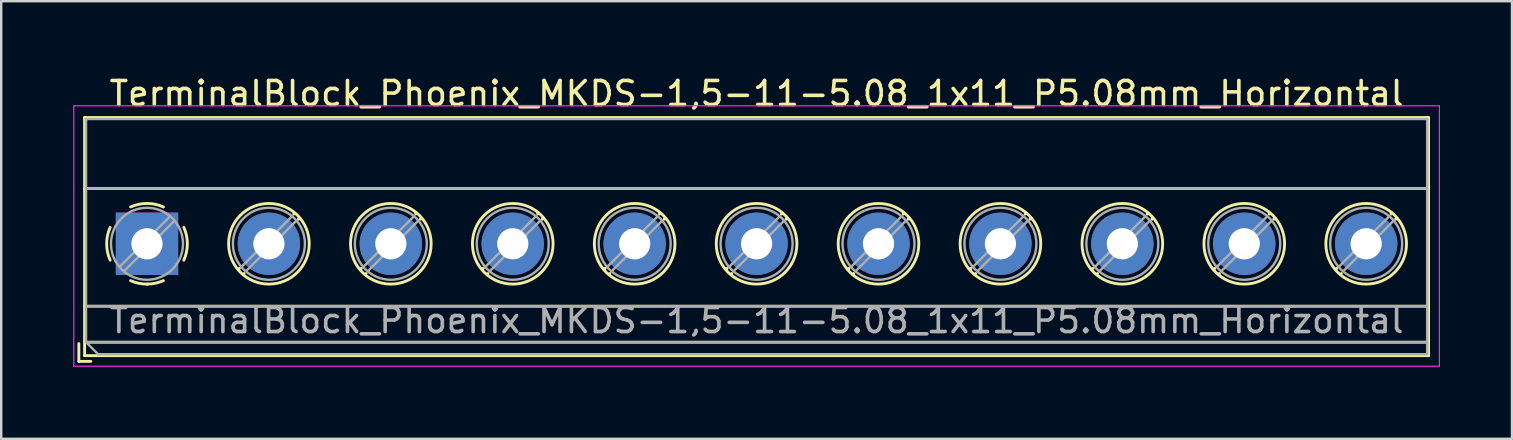
<source format=kicad_pcb>
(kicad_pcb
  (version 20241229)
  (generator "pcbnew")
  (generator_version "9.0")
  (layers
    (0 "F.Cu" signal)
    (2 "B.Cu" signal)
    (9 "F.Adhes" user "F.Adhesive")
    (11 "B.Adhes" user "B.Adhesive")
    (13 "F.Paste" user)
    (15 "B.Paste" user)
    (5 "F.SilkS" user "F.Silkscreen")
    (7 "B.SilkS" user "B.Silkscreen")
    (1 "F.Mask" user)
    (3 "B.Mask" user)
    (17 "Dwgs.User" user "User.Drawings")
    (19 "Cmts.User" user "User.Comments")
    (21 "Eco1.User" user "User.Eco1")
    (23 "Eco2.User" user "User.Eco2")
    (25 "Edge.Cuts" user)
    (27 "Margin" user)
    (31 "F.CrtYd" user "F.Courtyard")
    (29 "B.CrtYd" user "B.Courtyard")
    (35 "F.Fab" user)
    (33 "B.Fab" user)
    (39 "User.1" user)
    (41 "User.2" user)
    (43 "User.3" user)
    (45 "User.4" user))
  (footprint "TerminalBlock_Phoenix_MKDS-1,5-11-5.08_1x11_P5.08mm_Horizontal"
    (layer "F.Cu")
    (at 3.075 7.108)
    (property "Reference" "TerminalBlock_Phoenix_MKDS-1,5-11-5.08_1x11_P5.08mm_Horizontal" (at 25.4 -6.26 0) (layer "F.SilkS") (effects (font (size 1 1) (thickness 0.15))))
    (attr through_hole)
    (fp_line (start -2.84 4.16) (end -2.84 4.9) (stroke (width 0.12) (type solid)) (layer "F.SilkS"))
    (fp_line (start -2.84 4.9) (end -2.34 4.9) (stroke (width 0.12) (type solid)) (layer "F.SilkS"))
    (fp_line (start -2.6 -5.261) (end -2.6 4.66) (stroke (width 0.12) (type solid)) (layer "F.SilkS"))
    (fp_line (start -2.6 -5.261) (end 53.4 -5.261) (stroke (width 0.12) (type solid)) (layer "F.SilkS"))
    (fp_line (start -2.6 -2.301) (end 53.4 -2.301) (stroke (width 0.12) (type solid)) (layer "F.SilkS"))
    (fp_line (start -2.6 2.6) (end 53.4 2.6) (stroke (width 0.12) (type solid)) (layer "F.SilkS"))
    (fp_line (start -2.6 4.1) (end 53.4 4.1) (stroke (width 0.12) (type solid)) (layer "F.SilkS"))
    (fp_line (start -2.6 4.66) (end 53.4 4.66) (stroke (width 0.12) (type solid)) (layer "F.SilkS"))
    (fp_line (start 3.853 1.023) (end 3.806 1.069) (stroke (width 0.12) (type solid)) (layer "F.SilkS"))
    (fp_line (start 4.046 1.239) (end 4.011 1.274) (stroke (width 0.12) (type solid)) (layer "F.SilkS"))
    (fp_line (start 6.15 -1.275) (end 6.115 -1.239) (stroke (width 0.12) (type solid)) (layer "F.SilkS"))
    (fp_line (start 6.355 -1.069) (end 6.308 -1.023) (stroke (width 0.12) (type solid)) (layer "F.SilkS"))
    (fp_line (start 8.933 1.023) (end 8.886 1.069) (stroke (width 0.12) (type solid)) (layer "F.SilkS"))
    (fp_line (start 9.126 1.239) (end 9.091 1.274) (stroke (width 0.12) (type solid)) (layer "F.SilkS"))
    (fp_line (start 11.23 -1.275) (end 11.195 -1.239) (stroke (width 0.12) (type solid)) (layer "F.SilkS"))
    (fp_line (start 11.435 -1.069) (end 11.388 -1.023) (stroke (width 0.12) (type solid)) (layer "F.SilkS"))
    (fp_line (start 14.013 1.023) (end 13.966 1.069) (stroke (width 0.12) (type solid)) (layer "F.SilkS"))
    (fp_line (start 14.206 1.239) (end 14.171 1.274) (stroke (width 0.12) (type solid)) (layer "F.SilkS"))
    (fp_line (start 16.31 -1.275) (end 16.275 -1.239) (stroke (width 0.12) (type solid)) (layer "F.SilkS"))
    (fp_line (start 16.515 -1.069) (end 16.468 -1.023) (stroke (width 0.12) (type solid)) (layer "F.SilkS"))
    (fp_line (start 19.093 1.023) (end 19.046 1.069) (stroke (width 0.12) (type solid)) (layer "F.SilkS"))
    (fp_line (start 19.286 1.239) (end 19.251 1.274) (stroke (width 0.12) (type solid)) (layer "F.SilkS"))
    (fp_line (start 21.39 -1.275) (end 21.355 -1.239) (stroke (width 0.12) (type solid)) (layer "F.SilkS"))
    (fp_line (start 21.595 -1.069) (end 21.548 -1.023) (stroke (width 0.12) (type solid)) (layer "F.SilkS"))
    (fp_line (start 24.173 1.023) (end 24.126 1.069) (stroke (width 0.12) (type solid)) (layer "F.SilkS"))
    (fp_line (start 24.366 1.239) (end 24.331 1.274) (stroke (width 0.12) (type solid)) (layer "F.SilkS"))
    (fp_line (start 26.47 -1.275) (end 26.435 -1.239) (stroke (width 0.12) (type solid)) (layer "F.SilkS"))
    (fp_line (start 26.675 -1.069) (end 26.628 -1.023) (stroke (width 0.12) (type solid)) (layer "F.SilkS"))
    (fp_line (start 29.253 1.023) (end 29.206 1.069) (stroke (width 0.12) (type solid)) (layer "F.SilkS"))
    (fp_line (start 29.446 1.239) (end 29.411 1.274) (stroke (width 0.12) (type solid)) (layer "F.SilkS"))
    (fp_line (start 31.55 -1.275) (end 31.515 -1.239) (stroke (width 0.12) (type solid)) (layer "F.SilkS"))
    (fp_line (start 31.755 -1.069) (end 31.708 -1.023) (stroke (width 0.12) (type solid)) (layer "F.SilkS"))
    (fp_line (start 34.333 1.023) (end 34.286 1.069) (stroke (width 0.12) (type solid)) (layer "F.SilkS"))
    (fp_line (start 34.526 1.239) (end 34.491 1.274) (stroke (width 0.12) (type solid)) (layer "F.SilkS"))
    (fp_line (start 36.63 -1.275) (end 36.595 -1.239) (stroke (width 0.12) (type solid)) (layer "F.SilkS"))
    (fp_line (start 36.835 -1.069) (end 36.788 -1.023) (stroke (width 0.12) (type solid)) (layer "F.SilkS"))
    (fp_line (start 39.413 1.023) (end 39.366 1.069) (stroke (width 0.12) (type solid)) (layer "F.SilkS"))
    (fp_line (start 39.606 1.239) (end 39.571 1.274) (stroke (width 0.12) (type solid)) (layer "F.SilkS"))
    (fp_line (start 41.71 -1.275) (end 41.675 -1.239) (stroke (width 0.12) (type solid)) (layer "F.SilkS"))
    (fp_line (start 41.915 -1.069) (end 41.868 -1.023) (stroke (width 0.12) (type solid)) (layer "F.SilkS"))
    (fp_line (start 44.493 1.023) (end 44.446 1.069) (stroke (width 0.12) (type solid)) (layer "F.SilkS"))
    (fp_line (start 44.686 1.239) (end 44.651 1.274) (stroke (width 0.12) (type solid)) (layer "F.SilkS"))
    (fp_line (start 46.79 -1.275) (end 46.755 -1.239) (stroke (width 0.12) (type solid)) (layer "F.SilkS"))
    (fp_line (start 46.995 -1.069) (end 46.948 -1.023) (stroke (width 0.12) (type solid)) (layer "F.SilkS"))
    (fp_line (start 49.573 1.023) (end 49.526 1.069) (stroke (width 0.12) (type solid)) (layer "F.SilkS"))
    (fp_line (start 49.766 1.239) (end 49.731 1.274) (stroke (width 0.12) (type solid)) (layer "F.SilkS"))
    (fp_line (start 51.87 -1.275) (end 51.835 -1.239) (stroke (width 0.12) (type solid)) (layer "F.SilkS"))
    (fp_line (start 52.075 -1.069) (end 52.028 -1.023) (stroke (width 0.12) (type solid)) (layer "F.SilkS"))
    (fp_line (start 53.4 -5.261) (end 53.4 4.66) (stroke (width 0.12) (type solid)) (layer "F.SilkS"))
    (fp_arc (start -1.535427 0.683042) (mid -1.680501 -0.000524) (end -1.535 -0.684) (stroke (width 0.12) (type solid)) (layer "F.SilkS"))
    (fp_arc (start -0.683042 -1.535427) (mid 0.000524 -1.680501) (end 0.684 -1.535) (stroke (width 0.12) (type solid)) (layer "F.SilkS"))
    (fp_arc (start 0.028805 1.680253) (mid -0.335551 1.646659) (end -0.684 1.535) (stroke (width 0.12) (type solid)) (layer "F.SilkS"))
    (fp_arc (start 0.683318 1.534756) (mid 0.349292 1.643288) (end 0 1.68) (stroke (width 0.12) (type solid)) (layer "F.SilkS"))
    (fp_arc (start 1.535427 -0.683042) (mid 1.680501 0.000524) (end 1.535 0.684) (stroke (width 0.12) (type solid)) (layer "F.SilkS"))
    (fp_circle (center 5.08 0) (end 6.76 0) (stroke (width 0.12) (type solid)) (fill no) (layer "F.SilkS"))
    (fp_circle (center 10.16 0) (end 11.84 0) (stroke (width 0.12) (type solid)) (fill no) (layer "F.SilkS"))
    (fp_circle (center 15.24 0) (end 16.92 0) (stroke (width 0.12) (type solid)) (fill no) (layer "F.SilkS"))
    (fp_circle (center 20.32 0) (end 22 0) (stroke (width 0.12) (type solid)) (fill no) (layer "F.SilkS"))
    (fp_circle (center 25.4 0) (end 27.08 0) (stroke (width 0.12) (type solid)) (fill no) (layer "F.SilkS"))
    (fp_circle (center 30.48 0) (end 32.16 0) (stroke (width 0.12) (type solid)) (fill no) (layer "F.SilkS"))
    (fp_circle (center 35.56 0) (end 37.24 0) (stroke (width 0.12) (type solid)) (fill no) (layer "F.SilkS"))
    (fp_circle (center 40.64 0) (end 42.32 0) (stroke (width 0.12) (type solid)) (fill no) (layer "F.SilkS"))
    (fp_circle (center 45.72 0) (end 47.4 0) (stroke (width 0.12) (type solid)) (fill no) (layer "F.SilkS"))
    (fp_circle (center 50.8 0) (end 52.48 0) (stroke (width 0.12) (type solid)) (fill no) (layer "F.SilkS"))
    (fp_line (start -3.05 -5.75) (end -3.05 5.1) (stroke (width 0.05) (type solid)) (layer "F.CrtYd"))
    (fp_line (start -3.05 5.1) (end 53.85 5.1) (stroke (width 0.05) (type solid)) (layer "F.CrtYd"))
    (fp_line (start 53.85 -5.75) (end -3.05 -5.75) (stroke (width 0.05) (type solid)) (layer "F.CrtYd"))
    (fp_line (start 53.85 5.1) (end 53.85 -5.75) (stroke (width 0.05) (type solid)) (layer "F.CrtYd"))
    (fp_line (start -2.54 -5.2) (end 53.34 -5.2) (stroke (width 0.1) (type solid)) (layer "F.Fab"))
    (fp_line (start -2.54 -2.3) (end 53.34 -2.3) (stroke (width 0.1) (type solid)) (layer "F.Fab"))
    (fp_line (start -2.54 2.6) (end 53.34 2.6) (stroke (width 0.1) (type solid)) (layer "F.Fab"))
    (fp_line (start -2.54 4.1) (end -2.54 -5.2) (stroke (width 0.1) (type solid)) (layer "F.Fab"))
    (fp_line (start -2.54 4.1) (end 53.34 4.1) (stroke (width 0.1) (type solid)) (layer "F.Fab"))
    (fp_line (start -2.04 4.6) (end -2.54 4.1) (stroke (width 0.1) (type solid)) (layer "F.Fab"))
    (fp_line (start 0.955 -1.138) (end -1.138 0.955) (stroke (width 0.1) (type solid)) (layer "F.Fab"))
    (fp_line (start 1.138 -0.955) (end -0.955 1.138) (stroke (width 0.1) (type solid)) (layer "F.Fab"))
    (fp_line (start 6.035 -1.138) (end 3.943 0.955) (stroke (width 0.1) (type solid)) (layer "F.Fab"))
    (fp_line (start 6.218 -0.955) (end 4.126 1.138) (stroke (width 0.1) (type solid)) (layer "F.Fab"))
    (fp_line (start 11.115 -1.138) (end 9.023 0.955) (stroke (width 0.1) (type solid)) (layer "F.Fab"))
    (fp_line (start 11.298 -0.955) (end 9.206 1.138) (stroke (width 0.1) (type solid)) (layer "F.Fab"))
    (fp_line (start 16.195 -1.138) (end 14.103 0.955) (stroke (width 0.1) (type solid)) (layer "F.Fab"))
    (fp_line (start 16.378 -0.955) (end 14.286 1.138) (stroke (width 0.1) (type solid)) (layer "F.Fab"))
    (fp_line (start 21.275 -1.138) (end 19.183 0.955) (stroke (width 0.1) (type solid)) (layer "F.Fab"))
    (fp_line (start 21.458 -0.955) (end 19.366 1.138) (stroke (width 0.1) (type solid)) (layer "F.Fab"))
    (fp_line (start 26.355 -1.138) (end 24.263 0.955) (stroke (width 0.1) (type solid)) (layer "F.Fab"))
    (fp_line (start 26.538 -0.955) (end 24.446 1.138) (stroke (width 0.1) (type solid)) (layer "F.Fab"))
    (fp_line (start 31.435 -1.138) (end 29.343 0.955) (stroke (width 0.1) (type solid)) (layer "F.Fab"))
    (fp_line (start 31.618 -0.955) (end 29.526 1.138) (stroke (width 0.1) (type solid)) (layer "F.Fab"))
    (fp_line (start 36.515 -1.138) (end 34.423 0.955) (stroke (width 0.1) (type solid)) (layer "F.Fab"))
    (fp_line (start 36.698 -0.955) (end 34.606 1.138) (stroke (width 0.1) (type solid)) (layer "F.Fab"))
    (fp_line (start 41.595 -1.138) (end 39.503 0.955) (stroke (width 0.1) (type solid)) (layer "F.Fab"))
    (fp_line (start 41.778 -0.955) (end 39.686 1.138) (stroke (width 0.1) (type solid)) (layer "F.Fab"))
    (fp_line (start 46.675 -1.138) (end 44.583 0.955) (stroke (width 0.1) (type solid)) (layer "F.Fab"))
    (fp_line (start 46.858 -0.955) (end 44.766 1.138) (stroke (width 0.1) (type solid)) (layer "F.Fab"))
    (fp_line (start 51.755 -1.138) (end 49.663 0.955) (stroke (width 0.1) (type solid)) (layer "F.Fab"))
    (fp_line (start 51.938 -0.955) (end 49.846 1.138) (stroke (width 0.1) (type solid)) (layer "F.Fab"))
    (fp_line (start 53.34 -5.2) (end 53.34 4.6) (stroke (width 0.1) (type solid)) (layer "F.Fab"))
    (fp_line (start 53.34 4.6) (end -2.04 4.6) (stroke (width 0.1) (type solid)) (layer "F.Fab"))
    (fp_circle (center 0 0) (end 1.5 0) (stroke (width 0.1) (type solid)) (fill no) (layer "F.Fab"))
    (fp_circle (center 5.08 0) (end 6.58 0) (stroke (width 0.1) (type solid)) (fill no) (layer "F.Fab"))
    (fp_circle (center 10.16 0) (end 11.66 0) (stroke (width 0.1) (type solid)) (fill no) (layer "F.Fab"))
    (fp_circle (center 15.24 0) (end 16.74 0) (stroke (width 0.1) (type solid)) (fill no) (layer "F.Fab"))
    (fp_circle (center 20.32 0) (end 21.82 0) (stroke (width 0.1) (type solid)) (fill no) (layer "F.Fab"))
    (fp_circle (center 25.4 0) (end 26.9 0) (stroke (width 0.1) (type solid)) (fill no) (layer "F.Fab"))
    (fp_circle (center 30.48 0) (end 31.98 0) (stroke (width 0.1) (type solid)) (fill no) (layer "F.Fab"))
    (fp_circle (center 35.56 0) (end 37.06 0) (stroke (width 0.1) (type solid)) (fill no) (layer "F.Fab"))
    (fp_circle (center 40.64 0) (end 42.14 0) (stroke (width 0.1) (type solid)) (fill no) (layer "F.Fab"))
    (fp_circle (center 45.72 0) (end 47.22 0) (stroke (width 0.1) (type solid)) (fill no) (layer "F.Fab"))
    (fp_circle (center 50.8 0) (end 52.3 0) (stroke (width 0.1) (type solid)) (fill no) (layer "F.Fab"))
    (fp_text user "${REFERENCE}" (at 25.4 3.2 0) (layer "F.Fab") (effects (font (size 1 1) (thickness 0.15))))
    (pad "1" thru_hole rect (at 0 0) (size 2.6 2.6) (drill 1.3) (layers "*.Cu" "*.Mask"))
    (pad "2" thru_hole circle (at 5.08 0) (size 2.6 2.6) (drill 1.3) (layers "*.Cu" "*.Mask"))
    (pad "3" thru_hole circle (at 10.16 0) (size 2.6 2.6) (drill 1.3) (layers "*.Cu" "*.Mask"))
    (pad "4" thru_hole circle (at 15.24 0) (size 2.6 2.6) (drill 1.3) (layers "*.Cu" "*.Mask"))
    (pad "5" thru_hole circle (at 20.32 0) (size 2.6 2.6) (drill 1.3) (layers "*.Cu" "*.Mask"))
    (pad "6" thru_hole circle (at 25.4 0) (size 2.6 2.6) (drill 1.3) (layers "*.Cu" "*.Mask"))
    (pad "7" thru_hole circle (at 30.48 0) (size 2.6 2.6) (drill 1.3) (layers "*.Cu" "*.Mask"))
    (pad "8" thru_hole circle (at 35.56 0) (size 2.6 2.6) (drill 1.3) (layers "*.Cu" "*.Mask"))
    (pad "9" thru_hole circle (at 40.64 0) (size 2.6 2.6) (drill 1.3) (layers "*.Cu" "*.Mask"))
    (pad "10" thru_hole circle (at 45.72 0) (size 2.6 2.6) (drill 1.3) (layers "*.Cu" "*.Mask"))
    (pad "11" thru_hole circle (at 50.8 0) (size 2.6 2.6) (drill 1.3) (layers "*.Cu" "*.Mask")))
  (gr_rect
    (start -3 -3)
    (end 59.95 15.233)
    (stroke (width 0.1) (type default))
    (fill no)
    (layer "Edge.Cuts")))
</source>
